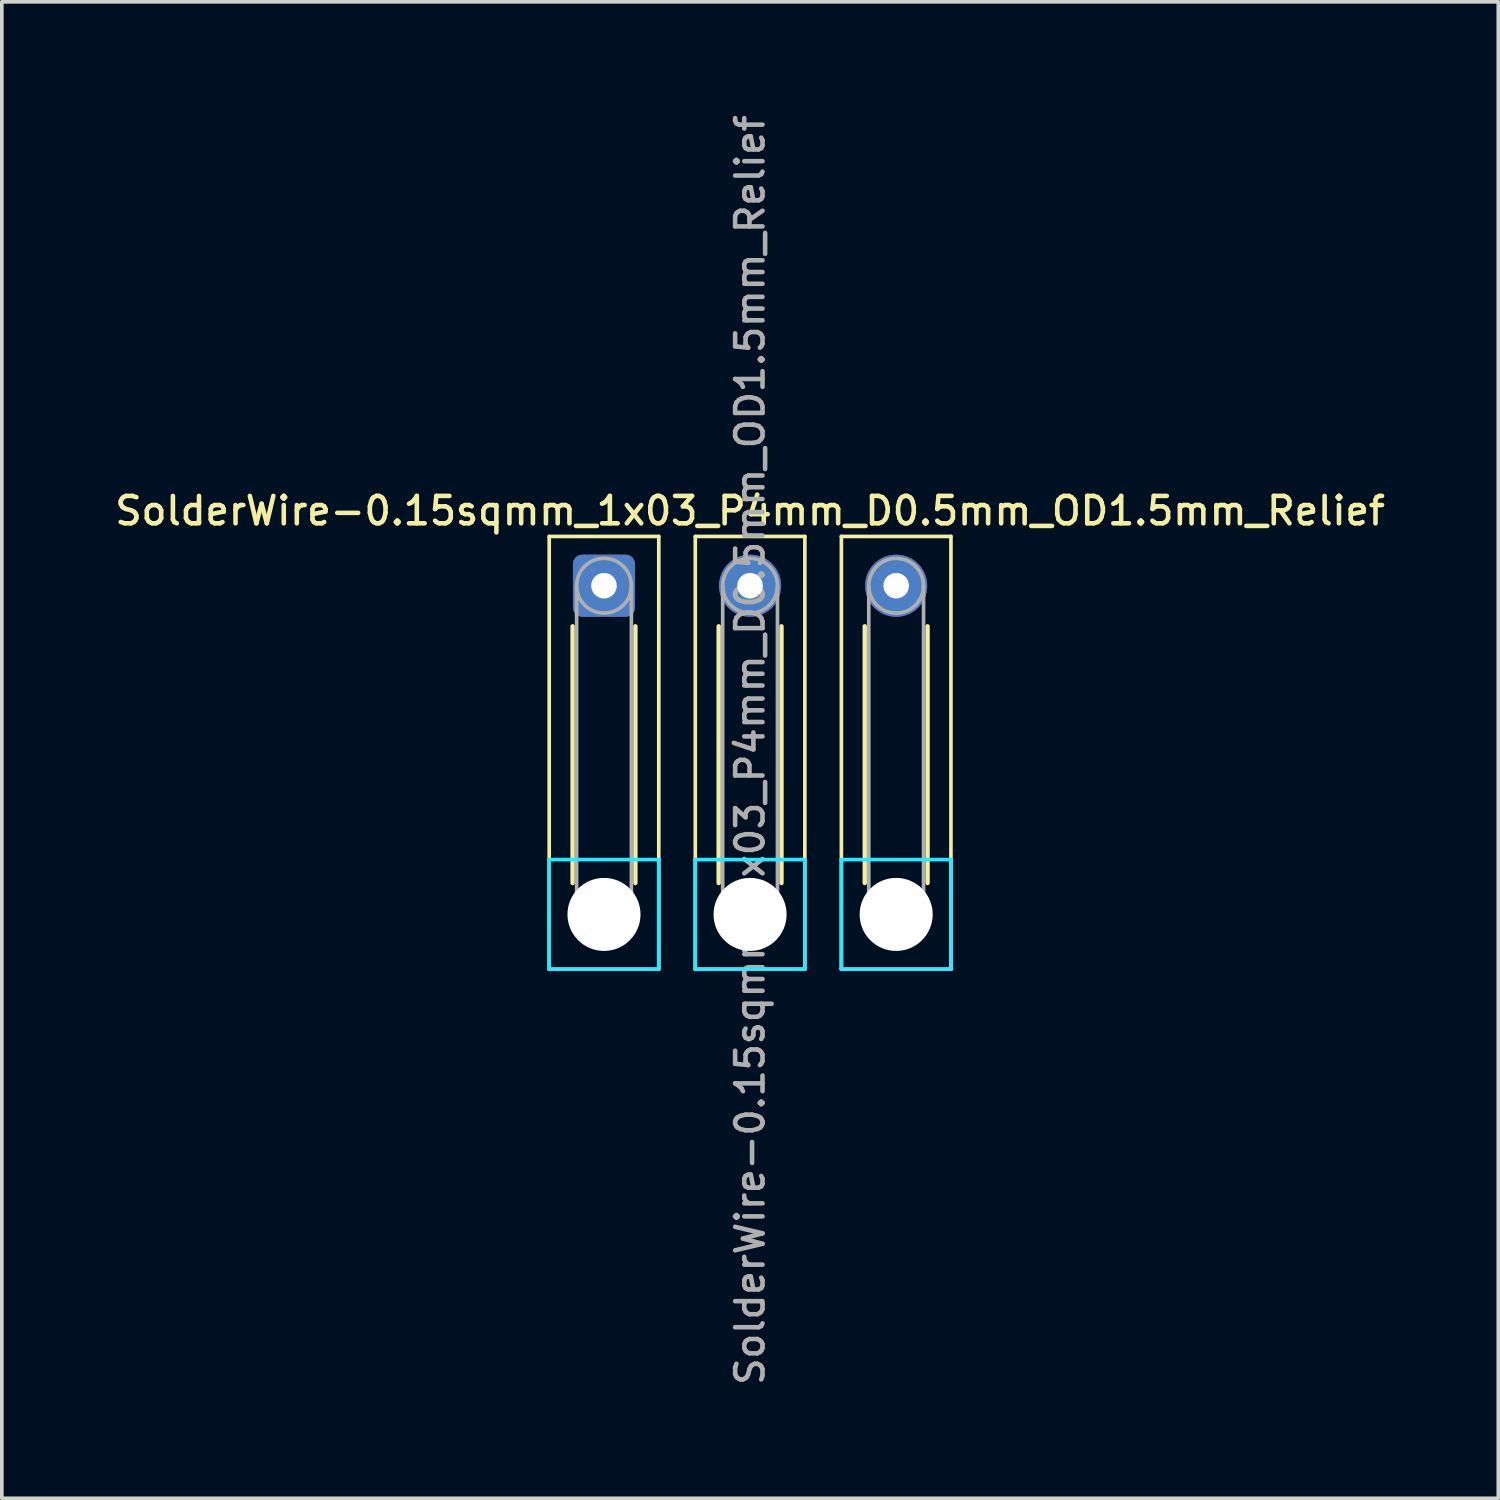
<source format=kicad_pcb>
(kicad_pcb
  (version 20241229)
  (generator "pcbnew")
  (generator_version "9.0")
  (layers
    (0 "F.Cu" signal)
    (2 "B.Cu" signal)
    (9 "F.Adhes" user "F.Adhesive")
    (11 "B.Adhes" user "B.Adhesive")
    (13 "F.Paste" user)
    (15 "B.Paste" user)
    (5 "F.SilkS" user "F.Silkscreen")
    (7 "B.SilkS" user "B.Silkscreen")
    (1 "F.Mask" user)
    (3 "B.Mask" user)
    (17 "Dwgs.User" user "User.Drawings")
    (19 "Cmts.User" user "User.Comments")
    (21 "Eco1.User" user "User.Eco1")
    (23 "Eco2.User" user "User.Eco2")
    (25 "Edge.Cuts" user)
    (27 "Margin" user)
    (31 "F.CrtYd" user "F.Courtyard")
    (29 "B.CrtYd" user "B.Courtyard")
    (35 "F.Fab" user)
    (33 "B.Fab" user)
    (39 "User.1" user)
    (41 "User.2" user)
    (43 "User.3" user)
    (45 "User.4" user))
  (footprint "SolderWire-0.15sqmm_1x03_P4mm_D0.5mm_OD1.5mm_Relief"
    (layer "F.Cu")
    (at 13.488 12.988)
    (property "Reference" "SolderWire-0.15sqmm_1x03_P4mm_D0.5mm_OD1.5mm_Relief" (at 4 -2.05 0) (layer "F.SilkS") (effects (font (size 0.75 0.75) (thickness 0.125))))
    (attr exclude_from_pos_files exclude_from_bom)
    (fp_line (start -1.5 -1.35) (end -1.5 10.5) (stroke (width 0.1) (type solid)) (layer "F.SilkS"))
    (fp_line (start -1.5 10.5) (end 1.5 10.5) (stroke (width 0.1) (type solid)) (layer "F.SilkS"))
    (fp_line (start -0.86 1.11) (end -0.86 8.14) (stroke (width 0.12) (type solid)) (layer "F.SilkS"))
    (fp_line (start 0.86 1.11) (end 0.86 8.14) (stroke (width 0.12) (type solid)) (layer "F.SilkS"))
    (fp_line (start 1.5 -1.35) (end -1.5 -1.35) (stroke (width 0.1) (type solid)) (layer "F.SilkS"))
    (fp_line (start 1.5 10.5) (end 1.5 -1.35) (stroke (width 0.1) (type solid)) (layer "F.SilkS"))
    (fp_line (start 2.5 -1.35) (end 2.5 10.5) (stroke (width 0.1) (type solid)) (layer "F.SilkS"))
    (fp_line (start 2.5 10.5) (end 5.5 10.5) (stroke (width 0.1) (type solid)) (layer "F.SilkS"))
    (fp_line (start 3.14 1.11) (end 3.14 8.14) (stroke (width 0.12) (type solid)) (layer "F.SilkS"))
    (fp_line (start 4.86 1.11) (end 4.86 8.14) (stroke (width 0.12) (type solid)) (layer "F.SilkS"))
    (fp_line (start 5.5 -1.35) (end 2.5 -1.35) (stroke (width 0.1) (type solid)) (layer "F.SilkS"))
    (fp_line (start 5.5 10.5) (end 5.5 -1.35) (stroke (width 0.1) (type solid)) (layer "F.SilkS"))
    (fp_line (start 6.5 -1.35) (end 6.5 10.5) (stroke (width 0.1) (type solid)) (layer "F.SilkS"))
    (fp_line (start 6.5 10.5) (end 9.5 10.5) (stroke (width 0.1) (type solid)) (layer "F.SilkS"))
    (fp_line (start 7.14 1.11) (end 7.14 8.14) (stroke (width 0.12) (type solid)) (layer "F.SilkS"))
    (fp_line (start 8.86 1.11) (end 8.86 8.14) (stroke (width 0.12) (type solid)) (layer "F.SilkS"))
    (fp_line (start 9.5 -1.35) (end 6.5 -1.35) (stroke (width 0.1) (type solid)) (layer "F.SilkS"))
    (fp_line (start 9.5 10.5) (end 9.5 -1.35) (stroke (width 0.1) (type solid)) (layer "F.SilkS"))
    (fp_line (start -1.5 7.5) (end -1.5 10.5) (stroke (width 0.1) (type solid)) (layer "B.CrtYd"))
    (fp_line (start -1.5 10.5) (end 1.5 10.5) (stroke (width 0.1) (type solid)) (layer "B.CrtYd"))
    (fp_line (start 1.5 7.5) (end -1.5 7.5) (stroke (width 0.1) (type solid)) (layer "B.CrtYd"))
    (fp_line (start 1.5 10.5) (end 1.5 7.5) (stroke (width 0.1) (type solid)) (layer "B.CrtYd"))
    (fp_line (start 2.5 7.5) (end 2.5 10.5) (stroke (width 0.1) (type solid)) (layer "B.CrtYd"))
    (fp_line (start 2.5 10.5) (end 5.5 10.5) (stroke (width 0.1) (type solid)) (layer "B.CrtYd"))
    (fp_line (start 5.5 7.5) (end 2.5 7.5) (stroke (width 0.1) (type solid)) (layer "B.CrtYd"))
    (fp_line (start 5.5 10.5) (end 5.5 7.5) (stroke (width 0.1) (type solid)) (layer "B.CrtYd"))
    (fp_line (start 6.5 7.5) (end 6.5 10.5) (stroke (width 0.1) (type solid)) (layer "B.CrtYd"))
    (fp_line (start 6.5 10.5) (end 9.5 10.5) (stroke (width 0.1) (type solid)) (layer "B.CrtYd"))
    (fp_line (start 9.5 7.5) (end 6.5 7.5) (stroke (width 0.1) (type solid)) (layer "B.CrtYd"))
    (fp_line (start 9.5 10.5) (end 9.5 7.5) (stroke (width 0.1) (type solid)) (layer "B.CrtYd"))
    (fp_line (start -0.75 0) (end -0.75 9) (stroke (width 0.1) (type solid)) (layer "F.Fab"))
    (fp_line (start 0.75 0) (end 0.75 9) (stroke (width 0.1) (type solid)) (layer "F.Fab"))
    (fp_line (start 3.25 0) (end 3.25 9) (stroke (width 0.1) (type solid)) (layer "F.Fab"))
    (fp_line (start 4.75 0) (end 4.75 9) (stroke (width 0.1) (type solid)) (layer "F.Fab"))
    (fp_line (start 7.25 0) (end 7.25 9) (stroke (width 0.1) (type solid)) (layer "F.Fab"))
    (fp_line (start 8.75 0) (end 8.75 9) (stroke (width 0.1) (type solid)) (layer "F.Fab"))
    (fp_circle (center 0 0) (end 0.75 0) (stroke (width 0.1) (type solid)) (fill no) (layer "F.Fab"))
    (fp_circle (center 0 9) (end 0.75 9) (stroke (width 0.1) (type solid)) (fill no) (layer "F.Fab"))
    (fp_circle (center 4 0) (end 4.75 0) (stroke (width 0.1) (type solid)) (fill no) (layer "F.Fab"))
    (fp_circle (center 4 9) (end 4.75 9) (stroke (width 0.1) (type solid)) (fill no) (layer "F.Fab"))
    (fp_circle (center 8 0) (end 8.75 0) (stroke (width 0.1) (type solid)) (fill no) (layer "F.Fab"))
    (fp_circle (center 8 9) (end 8.75 9) (stroke (width 0.1) (type solid)) (fill no) (layer "F.Fab"))
    (fp_text user "${REFERENCE}" (at 4 4.5 90) (layer "F.Fab") (effects (font (size 0.75 0.75) (thickness 0.125))))
    (pad "" np_thru_hole circle (at 0 9) (size 2 2) (drill 2) (layers "*.Cu" "*.Mask"))
    (pad "" np_thru_hole circle (at 4 9) (size 2 2) (drill 2) (layers "*.Cu" "*.Mask"))
    (pad "" np_thru_hole circle (at 8 9) (size 2 2) (drill 2) (layers "*.Cu" "*.Mask"))
    (pad "1" thru_hole roundrect (at 0 0) (size 1.7 1.7) (drill 0.7) (layers "*.Cu" "*.Mask") (roundrect_rratio 0.147))
    (pad "2" thru_hole circle (at 4 0) (size 1.7 1.7) (drill 0.7) (layers "*.Cu" "*.Mask"))
    (pad "3" thru_hole circle (at 8 0) (size 1.7 1.7) (drill 0.7) (layers "*.Cu" "*.Mask")))
  (gr_rect
    (start -3 -3)
    (end 37.975 37.975)
    (stroke (width 0.1) (type default))
    (fill no)
    (layer "Edge.Cuts")))
</source>
